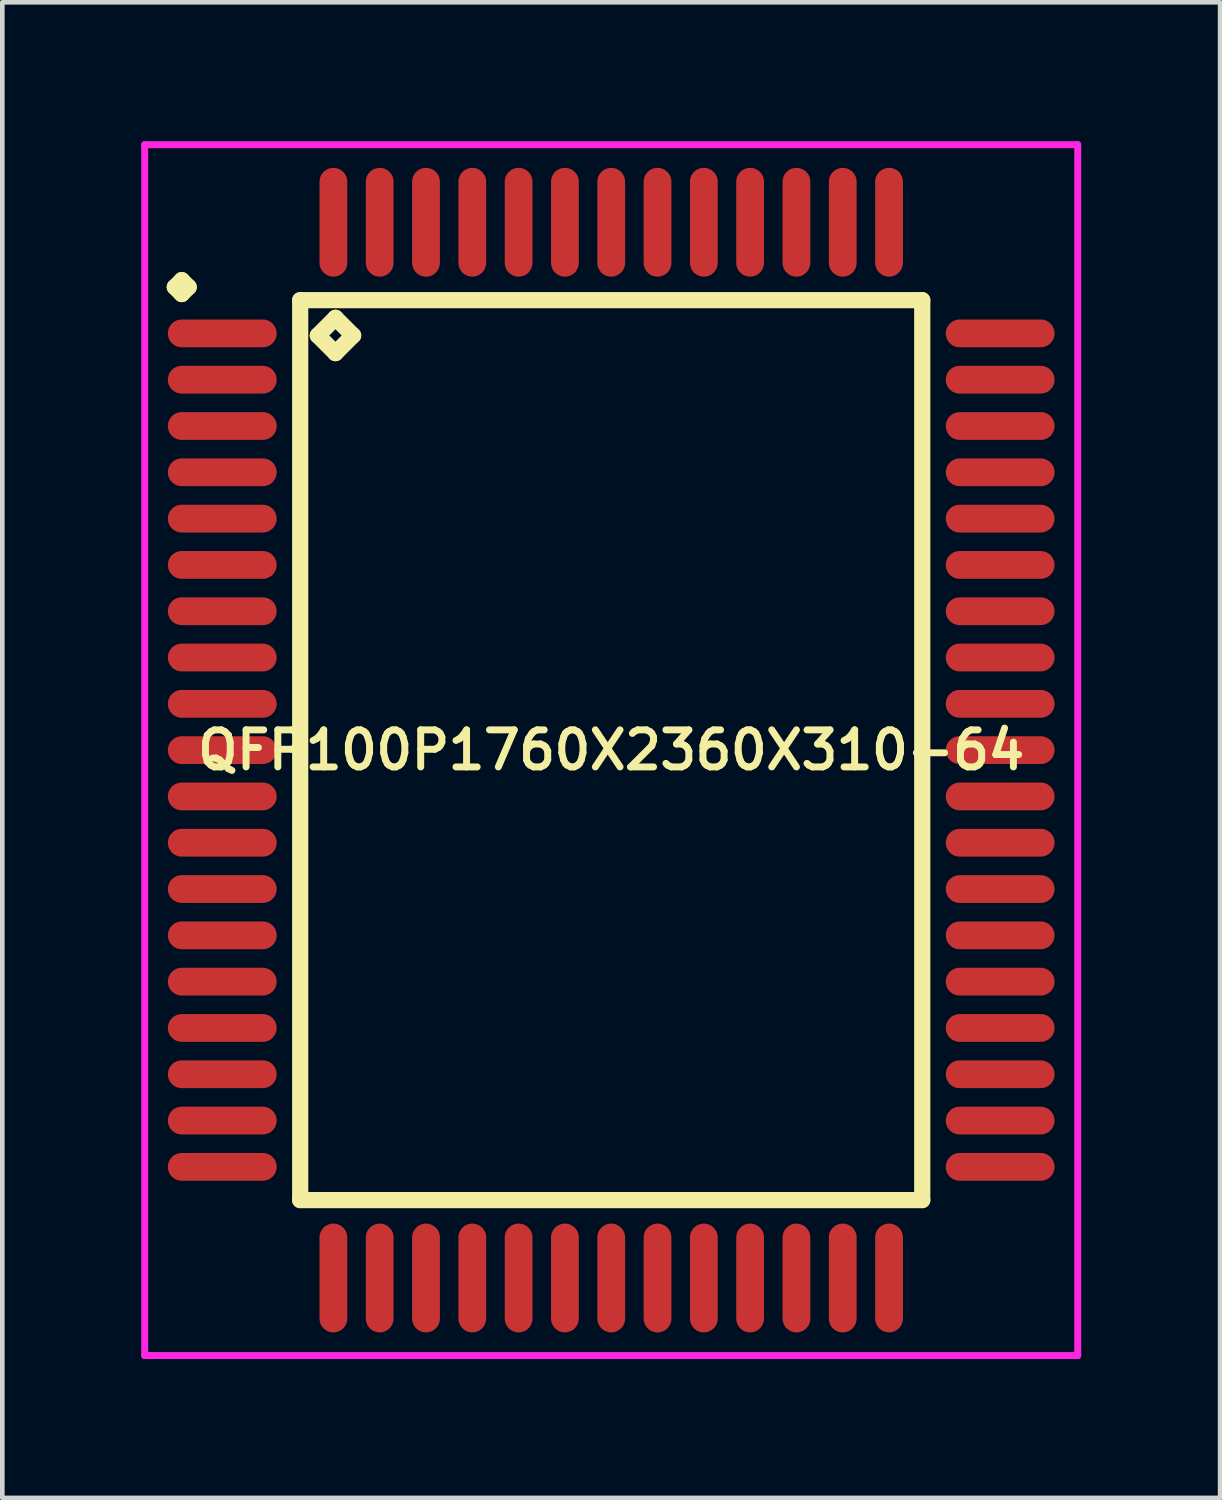
<source format=kicad_pcb>
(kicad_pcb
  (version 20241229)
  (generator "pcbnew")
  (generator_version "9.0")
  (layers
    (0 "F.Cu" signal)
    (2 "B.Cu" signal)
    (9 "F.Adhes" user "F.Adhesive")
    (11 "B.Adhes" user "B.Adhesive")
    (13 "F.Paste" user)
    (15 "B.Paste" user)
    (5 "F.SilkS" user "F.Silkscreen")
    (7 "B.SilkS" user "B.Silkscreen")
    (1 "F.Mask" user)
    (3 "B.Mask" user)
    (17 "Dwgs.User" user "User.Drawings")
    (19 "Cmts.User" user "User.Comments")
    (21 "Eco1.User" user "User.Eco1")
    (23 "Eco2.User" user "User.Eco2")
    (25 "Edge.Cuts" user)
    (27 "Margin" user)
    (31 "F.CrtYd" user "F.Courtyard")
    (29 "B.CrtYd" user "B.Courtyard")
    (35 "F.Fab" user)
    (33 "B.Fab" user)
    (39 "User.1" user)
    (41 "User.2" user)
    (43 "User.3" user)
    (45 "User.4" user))
  (footprint "QFP100P1760X2360X310-64"
    (layer "F.Cu")
    (at 10.15 13.15)
    (property "Reference" "QFP100P1760X2360X310-64" (at 0 0 0) (layer "F.SilkS") (effects (font (size 0.8 0.8) (thickness 0.15))))
    (attr smd)
    (fp_line (start -9.425 -10) (end -9.275 -10.15) (stroke (width 0.35) (type solid)) (layer "F.SilkS"))
    (fp_line (start -9.275 -10.15) (end -9.125 -10) (stroke (width 0.35) (type solid)) (layer "F.SilkS"))
    (fp_line (start -9.275 -9.85) (end -9.425 -10) (stroke (width 0.35) (type solid)) (layer "F.SilkS"))
    (fp_line (start -9.125 -10) (end -9.275 -9.85) (stroke (width 0.35) (type solid)) (layer "F.SilkS"))
    (fp_line (start -6.717 -9.717) (end -6.717 9.717) (stroke (width 0.35) (type solid)) (layer "F.SilkS"))
    (fp_line (start -6.717 9.717) (end 6.717 9.717) (stroke (width 0.35) (type solid)) (layer "F.SilkS"))
    (fp_line (start -6.336 -8.955) (end -5.955 -9.336) (stroke (width 0.35) (type solid)) (layer "F.SilkS"))
    (fp_line (start -5.955 -9.336) (end -5.574 -8.955) (stroke (width 0.35) (type solid)) (layer "F.SilkS"))
    (fp_line (start -5.955 -8.574) (end -6.336 -8.955) (stroke (width 0.35) (type solid)) (layer "F.SilkS"))
    (fp_line (start -5.574 -8.955) (end -5.955 -8.574) (stroke (width 0.35) (type solid)) (layer "F.SilkS"))
    (fp_line (start 6.717 -9.717) (end -6.717 -9.717) (stroke (width 0.35) (type solid)) (layer "F.SilkS"))
    (fp_line (start 6.717 9.717) (end 6.717 -9.717) (stroke (width 0.35) (type solid)) (layer "F.SilkS"))
    (fp_line (start -10.075 -13.075) (end 10.075 -13.075) (stroke (width 0.15) (type solid)) (layer "F.CrtYd"))
    (fp_line (start -10.075 13.075) (end -10.075 -13.075) (stroke (width 0.15) (type solid)) (layer "F.CrtYd"))
    (fp_line (start 10.075 -13.075) (end 10.075 13.075) (stroke (width 0.15) (type solid)) (layer "F.CrtYd"))
    (fp_line (start 10.075 13.075) (end -10.075 13.075) (stroke (width 0.15) (type solid)) (layer "F.CrtYd"))
    (pad "1" smd oval (at -8.4 -9) (size 2.35 0.6) (layers "F.Cu" "F.Mask" "F.Paste"))
    (pad "2" smd oval (at -8.4 -8) (size 2.35 0.6) (layers "F.Cu" "F.Mask" "F.Paste"))
    (pad "3" smd oval (at -8.4 -7) (size 2.35 0.6) (layers "F.Cu" "F.Mask" "F.Paste"))
    (pad "4" smd oval (at -8.4 -6) (size 2.35 0.6) (layers "F.Cu" "F.Mask" "F.Paste"))
    (pad "5" smd oval (at -8.4 -5) (size 2.35 0.6) (layers "F.Cu" "F.Mask" "F.Paste"))
    (pad "6" smd oval (at -8.4 -4) (size 2.35 0.6) (layers "F.Cu" "F.Mask" "F.Paste"))
    (pad "7" smd oval (at -8.4 -3) (size 2.35 0.6) (layers "F.Cu" "F.Mask" "F.Paste"))
    (pad "8" smd oval (at -8.4 -2) (size 2.35 0.6) (layers "F.Cu" "F.Mask" "F.Paste"))
    (pad "9" smd oval (at -8.4 -1) (size 2.35 0.6) (layers "F.Cu" "F.Mask" "F.Paste"))
    (pad "10" smd oval (at -8.4 0) (size 2.35 0.6) (layers "F.Cu" "F.Mask" "F.Paste"))
    (pad "11" smd oval (at -8.4 1) (size 2.35 0.6) (layers "F.Cu" "F.Mask" "F.Paste"))
    (pad "12" smd oval (at -8.4 2) (size 2.35 0.6) (layers "F.Cu" "F.Mask" "F.Paste"))
    (pad "13" smd oval (at -8.4 3) (size 2.35 0.6) (layers "F.Cu" "F.Mask" "F.Paste"))
    (pad "14" smd oval (at -8.4 4) (size 2.35 0.6) (layers "F.Cu" "F.Mask" "F.Paste"))
    (pad "15" smd oval (at -8.4 5) (size 2.35 0.6) (layers "F.Cu" "F.Mask" "F.Paste"))
    (pad "16" smd oval (at -8.4 6) (size 2.35 0.6) (layers "F.Cu" "F.Mask" "F.Paste"))
    (pad "17" smd oval (at -8.4 7) (size 2.35 0.6) (layers "F.Cu" "F.Mask" "F.Paste"))
    (pad "18" smd oval (at -8.4 8) (size 2.35 0.6) (layers "F.Cu" "F.Mask" "F.Paste"))
    (pad "19" smd oval (at -8.4 9) (size 2.35 0.6) (layers "F.Cu" "F.Mask" "F.Paste"))
    (pad "20" smd oval (at -6 11.4) (size 0.6 2.35) (layers "F.Cu" "F.Mask" "F.Paste"))
    (pad "21" smd oval (at -5 11.4) (size 0.6 2.35) (layers "F.Cu" "F.Mask" "F.Paste"))
    (pad "22" smd oval (at -4 11.4) (size 0.6 2.35) (layers "F.Cu" "F.Mask" "F.Paste"))
    (pad "23" smd oval (at -3 11.4) (size 0.6 2.35) (layers "F.Cu" "F.Mask" "F.Paste"))
    (pad "24" smd oval (at -2 11.4) (size 0.6 2.35) (layers "F.Cu" "F.Mask" "F.Paste"))
    (pad "25" smd oval (at -1 11.4) (size 0.6 2.35) (layers "F.Cu" "F.Mask" "F.Paste"))
    (pad "26" smd oval (at 0 11.4) (size 0.6 2.35) (layers "F.Cu" "F.Mask" "F.Paste"))
    (pad "27" smd oval (at 1 11.4) (size 0.6 2.35) (layers "F.Cu" "F.Mask" "F.Paste"))
    (pad "28" smd oval (at 2 11.4) (size 0.6 2.35) (layers "F.Cu" "F.Mask" "F.Paste"))
    (pad "29" smd oval (at 3 11.4) (size 0.6 2.35) (layers "F.Cu" "F.Mask" "F.Paste"))
    (pad "30" smd oval (at 4 11.4) (size 0.6 2.35) (layers "F.Cu" "F.Mask" "F.Paste"))
    (pad "31" smd oval (at 5 11.4) (size 0.6 2.35) (layers "F.Cu" "F.Mask" "F.Paste"))
    (pad "32" smd oval (at 6 11.4) (size 0.6 2.35) (layers "F.Cu" "F.Mask" "F.Paste"))
    (pad "33" smd oval (at 8.4 9) (size 2.35 0.6) (layers "F.Cu" "F.Mask" "F.Paste"))
    (pad "34" smd oval (at 8.4 8) (size 2.35 0.6) (layers "F.Cu" "F.Mask" "F.Paste"))
    (pad "35" smd oval (at 8.4 7) (size 2.35 0.6) (layers "F.Cu" "F.Mask" "F.Paste"))
    (pad "36" smd oval (at 8.4 6) (size 2.35 0.6) (layers "F.Cu" "F.Mask" "F.Paste"))
    (pad "37" smd oval (at 8.4 5) (size 2.35 0.6) (layers "F.Cu" "F.Mask" "F.Paste"))
    (pad "38" smd oval (at 8.4 4) (size 2.35 0.6) (layers "F.Cu" "F.Mask" "F.Paste"))
    (pad "39" smd oval (at 8.4 3) (size 2.35 0.6) (layers "F.Cu" "F.Mask" "F.Paste"))
    (pad "40" smd oval (at 8.4 2) (size 2.35 0.6) (layers "F.Cu" "F.Mask" "F.Paste"))
    (pad "41" smd oval (at 8.4 1) (size 2.35 0.6) (layers "F.Cu" "F.Mask" "F.Paste"))
    (pad "42" smd oval (at 8.4 0) (size 2.35 0.6) (layers "F.Cu" "F.Mask" "F.Paste"))
    (pad "43" smd oval (at 8.4 -1) (size 2.35 0.6) (layers "F.Cu" "F.Mask" "F.Paste"))
    (pad "44" smd oval (at 8.4 -2) (size 2.35 0.6) (layers "F.Cu" "F.Mask" "F.Paste"))
    (pad "45" smd oval (at 8.4 -3) (size 2.35 0.6) (layers "F.Cu" "F.Mask" "F.Paste"))
    (pad "46" smd oval (at 8.4 -4) (size 2.35 0.6) (layers "F.Cu" "F.Mask" "F.Paste"))
    (pad "47" smd oval (at 8.4 -5) (size 2.35 0.6) (layers "F.Cu" "F.Mask" "F.Paste"))
    (pad "48" smd oval (at 8.4 -6) (size 2.35 0.6) (layers "F.Cu" "F.Mask" "F.Paste"))
    (pad "49" smd oval (at 8.4 -7) (size 2.35 0.6) (layers "F.Cu" "F.Mask" "F.Paste"))
    (pad "50" smd oval (at 8.4 -8) (size 2.35 0.6) (layers "F.Cu" "F.Mask" "F.Paste"))
    (pad "51" smd oval (at 8.4 -9) (size 2.35 0.6) (layers "F.Cu" "F.Mask" "F.Paste"))
    (pad "52" smd oval (at 6 -11.4) (size 0.6 2.35) (layers "F.Cu" "F.Mask" "F.Paste"))
    (pad "53" smd oval (at 5 -11.4) (size 0.6 2.35) (layers "F.Cu" "F.Mask" "F.Paste"))
    (pad "54" smd oval (at 4 -11.4) (size 0.6 2.35) (layers "F.Cu" "F.Mask" "F.Paste"))
    (pad "55" smd oval (at 3 -11.4) (size 0.6 2.35) (layers "F.Cu" "F.Mask" "F.Paste"))
    (pad "56" smd oval (at 2 -11.4) (size 0.6 2.35) (layers "F.Cu" "F.Mask" "F.Paste"))
    (pad "57" smd oval (at 1 -11.4) (size 0.6 2.35) (layers "F.Cu" "F.Mask" "F.Paste"))
    (pad "58" smd oval (at 0 -11.4) (size 0.6 2.35) (layers "F.Cu" "F.Mask" "F.Paste"))
    (pad "59" smd oval (at -1 -11.4) (size 0.6 2.35) (layers "F.Cu" "F.Mask" "F.Paste"))
    (pad "60" smd oval (at -2 -11.4) (size 0.6 2.35) (layers "F.Cu" "F.Mask" "F.Paste"))
    (pad "61" smd oval (at -3 -11.4) (size 0.6 2.35) (layers "F.Cu" "F.Mask" "F.Paste"))
    (pad "62" smd oval (at -4 -11.4) (size 0.6 2.35) (layers "F.Cu" "F.Mask" "F.Paste"))
    (pad "63" smd oval (at -5 -11.4) (size 0.6 2.35) (layers "F.Cu" "F.Mask" "F.Paste"))
    (pad "64" smd oval (at -6 -11.4) (size 0.6 2.35) (layers "F.Cu" "F.Mask" "F.Paste")))
  (gr_rect
    (start -3 -3)
    (end 23.3 29.3)
    (stroke (width 0.1) (type default))
    (fill no)
    (layer "Edge.Cuts")))
</source>
